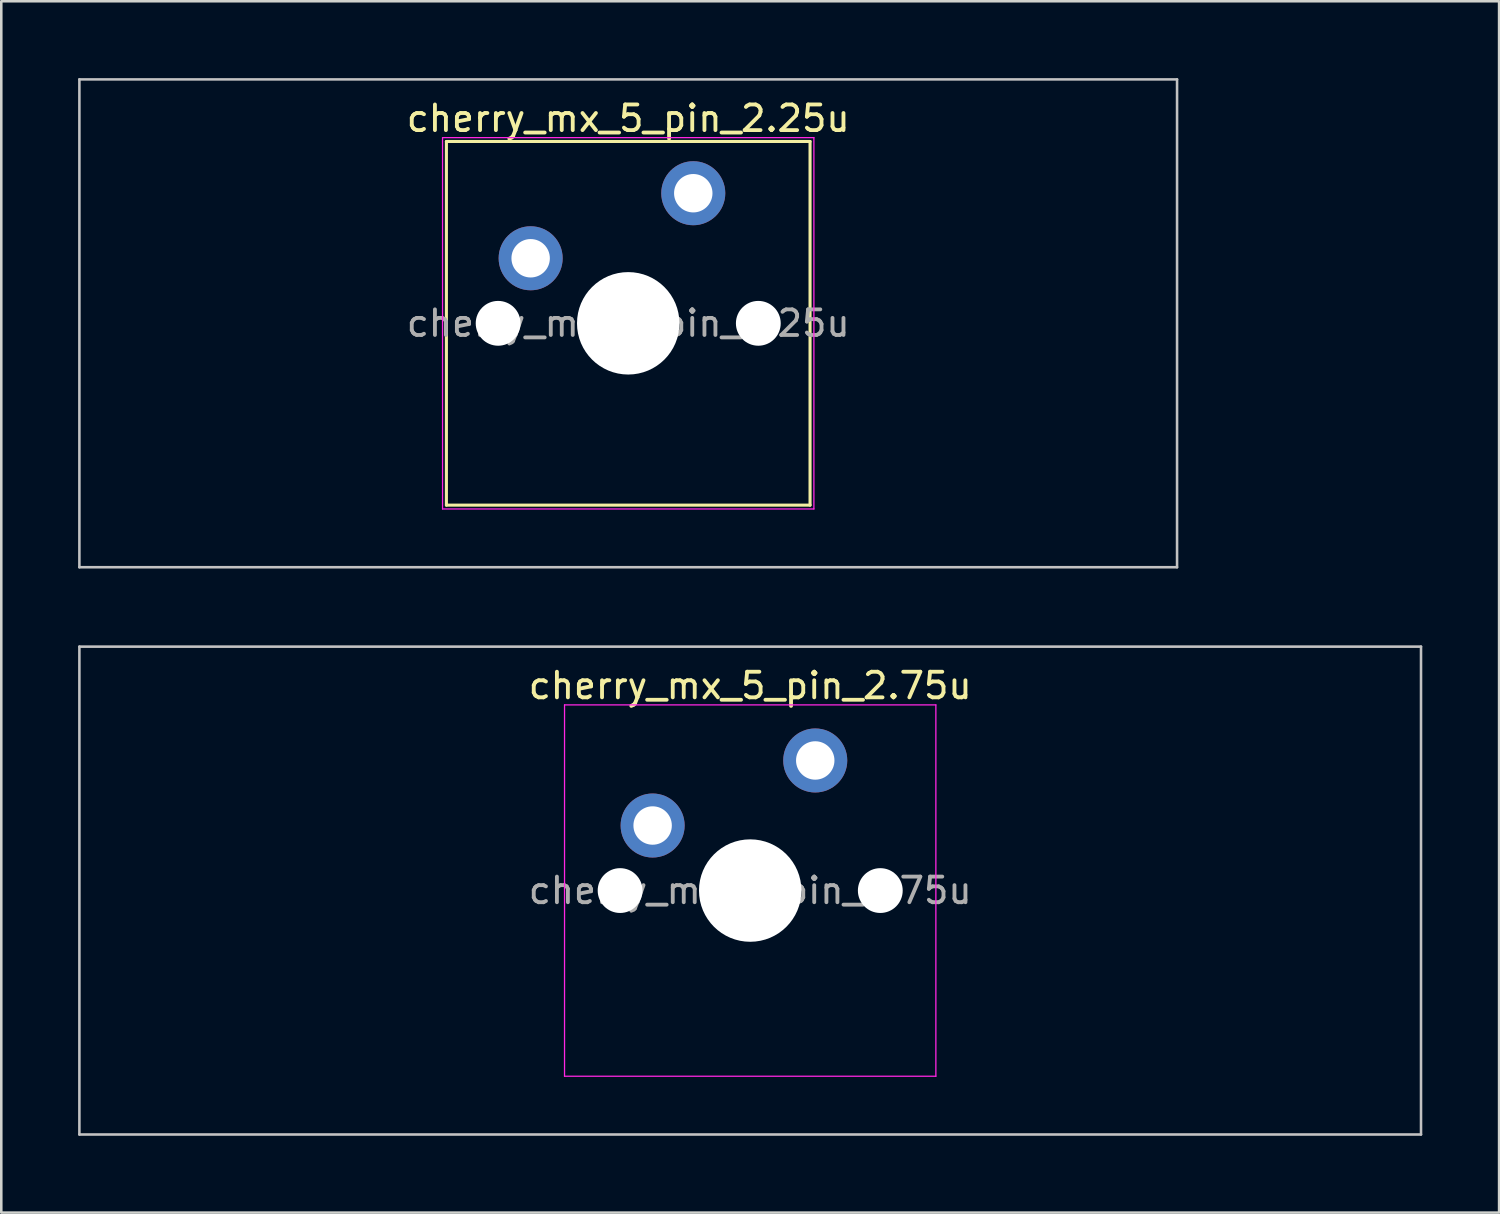
<source format=kicad_pcb>
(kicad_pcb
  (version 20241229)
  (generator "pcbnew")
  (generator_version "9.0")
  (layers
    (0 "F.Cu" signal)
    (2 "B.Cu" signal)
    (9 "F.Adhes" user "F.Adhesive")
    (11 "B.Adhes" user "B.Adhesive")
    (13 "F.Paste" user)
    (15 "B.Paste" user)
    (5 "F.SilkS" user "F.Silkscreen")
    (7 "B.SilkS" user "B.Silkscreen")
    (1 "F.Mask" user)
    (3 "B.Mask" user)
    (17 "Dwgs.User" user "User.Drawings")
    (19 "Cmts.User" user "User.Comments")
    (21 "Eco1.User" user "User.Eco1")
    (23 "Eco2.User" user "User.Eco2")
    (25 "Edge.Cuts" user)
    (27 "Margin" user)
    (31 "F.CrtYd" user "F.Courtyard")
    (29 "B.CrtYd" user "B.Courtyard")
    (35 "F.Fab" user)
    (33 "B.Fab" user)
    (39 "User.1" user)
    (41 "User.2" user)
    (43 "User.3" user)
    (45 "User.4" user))
  (footprint "cherry_mx_5_pin_2.25u"
    (layer "F.Cu")
    (at 21.481 9.575)
    (property "Reference" "cherry_mx_5_pin_2.25u" (at 0 -8 0) (layer "F.SilkS") (effects (font (size 1 1) (thickness 0.15))))
    (fp_line (start -7.1 -7.1) (end -7.1 7.1) (stroke (width 0.12) (type solid)) (layer "F.SilkS"))
    (fp_line (start -7.1 7.1) (end 7.1 7.1) (stroke (width 0.12) (type solid)) (layer "F.SilkS"))
    (fp_line (start 7.1 -7.1) (end -7.1 -7.1) (stroke (width 0.12) (type solid)) (layer "F.SilkS"))
    (fp_line (start 7.1 7.1) (end 7.1 -7.1) (stroke (width 0.12) (type solid)) (layer "F.SilkS"))
    (fp_line (start -21.431 -9.525) (end -21.431 9.525) (stroke (width 0.1) (type solid)) (layer "Dwgs.User"))
    (fp_line (start -21.431 9.525) (end 21.431 9.525) (stroke (width 0.1) (type solid)) (layer "Dwgs.User"))
    (fp_line (start 21.431 -9.525) (end -21.431 -9.525) (stroke (width 0.1) (type solid)) (layer "Dwgs.User"))
    (fp_line (start 21.431 9.525) (end 21.431 -9.525) (stroke (width 0.1) (type solid)) (layer "Dwgs.User"))
    (fp_line (start -7.25 -7.25) (end -7.25 7.25) (stroke (width 0.05) (type solid)) (layer "F.CrtYd"))
    (fp_line (start -7.25 7.25) (end 7.25 7.25) (stroke (width 0.05) (type solid)) (layer "F.CrtYd"))
    (fp_line (start 7.25 -7.25) (end -7.25 -7.25) (stroke (width 0.05) (type solid)) (layer "F.CrtYd"))
    (fp_line (start 7.25 7.25) (end 7.25 -7.25) (stroke (width 0.05) (type solid)) (layer "F.CrtYd"))
    (fp_text user "${REFERENCE}" (at 0 0 0) (layer "F.Fab") (effects (font (size 1 1) (thickness 0.15))))
    (pad "" np_thru_hole circle (at -5.08 0) (size 1.75 1.75) (drill 1.75) (layers "*.Cu" "*.Mask"))
    (pad "" smd circle (at -3.81 -2.54) (size 1.55 1.55) (layers "F.Mask"))
    (pad "" np_thru_hole circle (at 0 0) (size 4 4) (drill 4) (layers "*.Cu" "*.Mask"))
    (pad "" smd circle (at 2.54 -5.08) (size 1.55 1.55) (layers "F.Mask"))
    (pad "" np_thru_hole circle (at 5.08 0) (size 1.75 1.75) (drill 1.75) (layers "*.Cu" "*.Mask"))
    (pad "1" thru_hole circle (at -3.81 -2.54) (size 2.5 2.5) (drill 1.5) (layers "*.Cu" "B.Mask"))
    (pad "2" thru_hole circle (at 2.54 -5.08) (size 2.5 2.5) (drill 1.5) (layers "*.Cu" "B.Mask")))
  (footprint "cherry_mx_5_pin_2.75u"
    (layer "F.Cu")
    (at 26.244 31.725)
    (property "Reference" "cherry_mx_5_pin_2.75u" (at 0 -8 0) (layer "F.SilkS") (effects (font (size 1 1) (thickness 0.15))))
    (fp_line (start -26.194 -9.525) (end -26.194 9.525) (stroke (width 0.1) (type solid)) (layer "Dwgs.User"))
    (fp_line (start -26.194 9.525) (end 26.194 9.525) (stroke (width 0.1) (type solid)) (layer "Dwgs.User"))
    (fp_line (start 26.194 -9.525) (end -26.194 -9.525) (stroke (width 0.1) (type solid)) (layer "Dwgs.User"))
    (fp_line (start 26.194 9.525) (end 26.194 -9.525) (stroke (width 0.1) (type solid)) (layer "Dwgs.User"))
    (fp_line (start -16.1 -2.1) (end -16.1 0.3) (stroke (width 0.1) (type solid)) (layer "Eco2.User"))
    (fp_line (start -15.9 -2.3) (end -15.4 -2.3) (stroke (width 0.1) (type solid)) (layer "Eco2.User"))
    (fp_line (start -15.9 0.5) (end -15.4 0.5) (stroke (width 0.1) (type solid)) (layer "Eco2.User"))
    (fp_line (start -15.4 -5) (end -15.4 -2.3) (stroke (width 0.1) (type solid)) (layer "Eco2.User"))
    (fp_line (start -15.4 0.5) (end -15.4 6.5) (stroke (width 0.1) (type solid)) (layer "Eco2.User"))
    (fp_line (start -14.9 -5.5) (end -9.15 -5.5) (stroke (width 0.1) (type solid)) (layer "Eco2.User"))
    (fp_line (start -14.9 7) (end -14.175 7) (stroke (width 0.1) (type solid)) (layer "Eco2.User"))
    (fp_line (start -13.175 8) (end -10.875 8) (stroke (width 0.1) (type solid)) (layer "Eco2.User"))
    (fp_line (start -9.875 7) (end -9.15 7) (stroke (width 0.1) (type solid)) (layer "Eco2.User"))
    (fp_line (start -8.15 -4.5) (end -7.5 -4.5) (stroke (width 0.1) (type solid)) (layer "Eco2.User"))
    (fp_line (start -8.15 6) (end -7.5 6) (stroke (width 0.1) (type solid)) (layer "Eco2.User"))
    (fp_line (start -7 -6.5) (end -7 -5) (stroke (width 0.1) (type solid)) (layer "Eco2.User"))
    (fp_line (start -6.5 -7) (end 6.5 -7) (stroke (width 0.1) (type solid)) (layer "Eco2.User"))
    (fp_line (start -6.5 7) (end 6.5 7) (stroke (width 0.1) (type solid)) (layer "Eco2.User"))
    (fp_line (start 7 -6.5) (end 7 -5) (stroke (width 0.1) (type solid)) (layer "Eco2.User"))
    (fp_line (start 8.15 -4.5) (end 7.5 -4.5) (stroke (width 0.1) (type solid)) (layer "Eco2.User"))
    (fp_line (start 8.15 6) (end 7.5 6) (stroke (width 0.1) (type solid)) (layer "Eco2.User"))
    (fp_line (start 9.875 7) (end 9.15 7) (stroke (width 0.1) (type solid)) (layer "Eco2.User"))
    (fp_line (start 13.175 8) (end 10.875 8) (stroke (width 0.1) (type solid)) (layer "Eco2.User"))
    (fp_line (start 14.9 -5.5) (end 9.15 -5.5) (stroke (width 0.1) (type solid)) (layer "Eco2.User"))
    (fp_line (start 14.9 7) (end 14.175 7) (stroke (width 0.1) (type solid)) (layer "Eco2.User"))
    (fp_line (start 15.4 -5) (end 15.4 -2.3) (stroke (width 0.1) (type solid)) (layer "Eco2.User"))
    (fp_line (start 15.4 0.5) (end 15.4 6.5) (stroke (width 0.1) (type solid)) (layer "Eco2.User"))
    (fp_line (start 15.9 -2.3) (end 15.4 -2.3) (stroke (width 0.1) (type solid)) (layer "Eco2.User"))
    (fp_line (start 15.9 0.5) (end 15.4 0.5) (stroke (width 0.1) (type solid)) (layer "Eco2.User"))
    (fp_line (start 16.1 -2.1) (end 16.1 0.3) (stroke (width 0.1) (type solid)) (layer "Eco2.User"))
    (fp_arc (start -16.1 -2.1) (mid -16.041421 -2.241421) (end -15.9 -2.3) (stroke (width 0.1) (type solid)) (layer "Eco2.User"))
    (fp_arc (start -15.9 0.5) (mid -16.041421 0.441421) (end -16.1 0.3) (stroke (width 0.1) (type solid)) (layer "Eco2.User"))
    (fp_arc (start -15.4 -5) (mid -15.253553 -5.353553) (end -14.9 -5.5) (stroke (width 0.1) (type solid)) (layer "Eco2.User"))
    (fp_arc (start -14.9 7) (mid -15.253553 6.853553) (end -15.4 6.5) (stroke (width 0.1) (type solid)) (layer "Eco2.User"))
    (fp_arc (start -14.175 7) (mid -13.821447 7.146447) (end -13.675 7.5) (stroke (width 0.1) (type solid)) (layer "Eco2.User"))
    (fp_arc (start -13.175 8) (mid -13.528553 7.853553) (end -13.675 7.5) (stroke (width 0.1) (type solid)) (layer "Eco2.User"))
    (fp_arc (start -10.375 7.5) (mid -10.521447 7.853553) (end -10.875 8) (stroke (width 0.1) (type solid)) (layer "Eco2.User"))
    (fp_arc (start -10.375 7.5) (mid -10.228553 7.146447) (end -9.875 7) (stroke (width 0.1) (type solid)) (layer "Eco2.User"))
    (fp_arc (start -9.15 -5.5) (mid -8.796447 -5.353553) (end -8.65 -5) (stroke (width 0.1) (type solid)) (layer "Eco2.User"))
    (fp_arc (start -8.65 6.5) (mid -8.796447 6.853553) (end -9.15 7) (stroke (width 0.1) (type solid)) (layer "Eco2.User"))
    (fp_arc (start -8.65 6.5) (mid -8.503553 6.146447) (end -8.15 6) (stroke (width 0.1) (type solid)) (layer "Eco2.User"))
    (fp_arc (start -8.15 -4.5) (mid -8.503553 -4.646447) (end -8.65 -5) (stroke (width 0.1) (type solid)) (layer "Eco2.User"))
    (fp_arc (start -7.5 6) (mid -7.146447 6.146447) (end -7 6.5) (stroke (width 0.1) (type solid)) (layer "Eco2.User"))
    (fp_arc (start -7 -6.5) (mid -6.853553 -6.853553) (end -6.5 -7) (stroke (width 0.1) (type solid)) (layer "Eco2.User"))
    (fp_arc (start -7 -5) (mid -7.146447 -4.646447) (end -7.5 -4.5) (stroke (width 0.1) (type solid)) (layer "Eco2.User"))
    (fp_arc (start -6.5 7) (mid -6.853553 6.853553) (end -7 6.5) (stroke (width 0.1) (type solid)) (layer "Eco2.User"))
    (fp_arc (start 6.5 -7) (mid 6.853553 -6.853553) (end 7 -6.5) (stroke (width 0.1) (type solid)) (layer "Eco2.User"))
    (fp_arc (start 7 6.5) (mid 6.853553 6.853553) (end 6.5 7) (stroke (width 0.1) (type solid)) (layer "Eco2.User"))
    (fp_arc (start 7 6.5) (mid 7.146447 6.146447) (end 7.5 6) (stroke (width 0.1) (type solid)) (layer "Eco2.User"))
    (fp_arc (start 7.5 -4.5) (mid 7.146447 -4.646447) (end 7 -5) (stroke (width 0.1) (type solid)) (layer "Eco2.User"))
    (fp_arc (start 8.15 6) (mid 8.503553 6.146447) (end 8.65 6.5) (stroke (width 0.1) (type solid)) (layer "Eco2.User"))
    (fp_arc (start 8.65 -5) (mid 8.503553 -4.646447) (end 8.15 -4.5) (stroke (width 0.1) (type solid)) (layer "Eco2.User"))
    (fp_arc (start 8.65 -5) (mid 8.796447 -5.353553) (end 9.15 -5.5) (stroke (width 0.1) (type solid)) (layer "Eco2.User"))
    (fp_arc (start 9.15 7) (mid 8.796447 6.853553) (end 8.65 6.5) (stroke (width 0.1) (type solid)) (layer "Eco2.User"))
    (fp_arc (start 9.875 7) (mid 10.228553 7.146447) (end 10.375 7.5) (stroke (width 0.1) (type solid)) (layer "Eco2.User"))
    (fp_arc (start 10.875 8) (mid 10.521447 7.853553) (end 10.375 7.5) (stroke (width 0.1) (type solid)) (layer "Eco2.User"))
    (fp_arc (start 13.675 7.5) (mid 13.528553 7.853553) (end 13.175 8) (stroke (width 0.1) (type solid)) (layer "Eco2.User"))
    (fp_arc (start 13.675 7.5) (mid 13.821447 7.146447) (end 14.175 7) (stroke (width 0.1) (type solid)) (layer "Eco2.User"))
    (fp_arc (start 14.9 -5.5) (mid 15.253553 -5.353553) (end 15.4 -5) (stroke (width 0.1) (type solid)) (layer "Eco2.User"))
    (fp_arc (start 15.4 6.5) (mid 15.253553 6.853553) (end 14.9 7) (stroke (width 0.1) (type solid)) (layer "Eco2.User"))
    (fp_arc (start 15.9 -2.3) (mid 16.041421 -2.241421) (end 16.1 -2.1) (stroke (width 0.1) (type solid)) (layer "Eco2.User"))
    (fp_arc (start 16.1 0.3) (mid 16.041421 0.441421) (end 15.9 0.5) (stroke (width 0.1) (type solid)) (layer "Eco2.User"))
    (fp_line (start -7.25 -7.25) (end -7.25 7.25) (stroke (width 0.05) (type solid)) (layer "F.CrtYd"))
    (fp_line (start -7.25 7.25) (end 7.25 7.25) (stroke (width 0.05) (type solid)) (layer "F.CrtYd"))
    (fp_line (start 7.25 -7.25) (end -7.25 -7.25) (stroke (width 0.05) (type solid)) (layer "F.CrtYd"))
    (fp_line (start 7.25 7.25) (end 7.25 -7.25) (stroke (width 0.05) (type solid)) (layer "F.CrtYd"))
    (fp_text user "${REFERENCE}" (at 0 0 0) (layer "F.Fab") (effects (font (size 1 1) (thickness 0.15))))
    (pad "" np_thru_hole circle (at -5.08 0) (size 1.75 1.75) (drill 1.75) (layers "*.Cu" "*.Mask"))
    (pad "" smd circle (at -3.81 -2.54) (size 1.55 1.55) (layers "F.Mask"))
    (pad "" np_thru_hole circle (at 0 0) (size 4 4) (drill 4) (layers "*.Cu" "*.Mask"))
    (pad "" smd circle (at 2.54 -5.08) (size 1.55 1.55) (layers "F.Mask"))
    (pad "" np_thru_hole circle (at 5.08 0) (size 1.75 1.75) (drill 1.75) (layers "*.Cu" "*.Mask"))
    (pad "1" thru_hole circle (at -3.81 -2.54) (size 2.5 2.5) (drill 1.5) (layers "*.Cu" "B.Mask"))
    (pad "2" thru_hole circle (at 2.54 -5.08) (size 2.5 2.5) (drill 1.5) (layers "*.Cu" "B.Mask")))
  (gr_rect
    (start -3 -3)
    (end 55.487 44.3)
    (stroke (width 0.1) (type default))
    (fill no)
    (layer "Edge.Cuts")))
</source>
